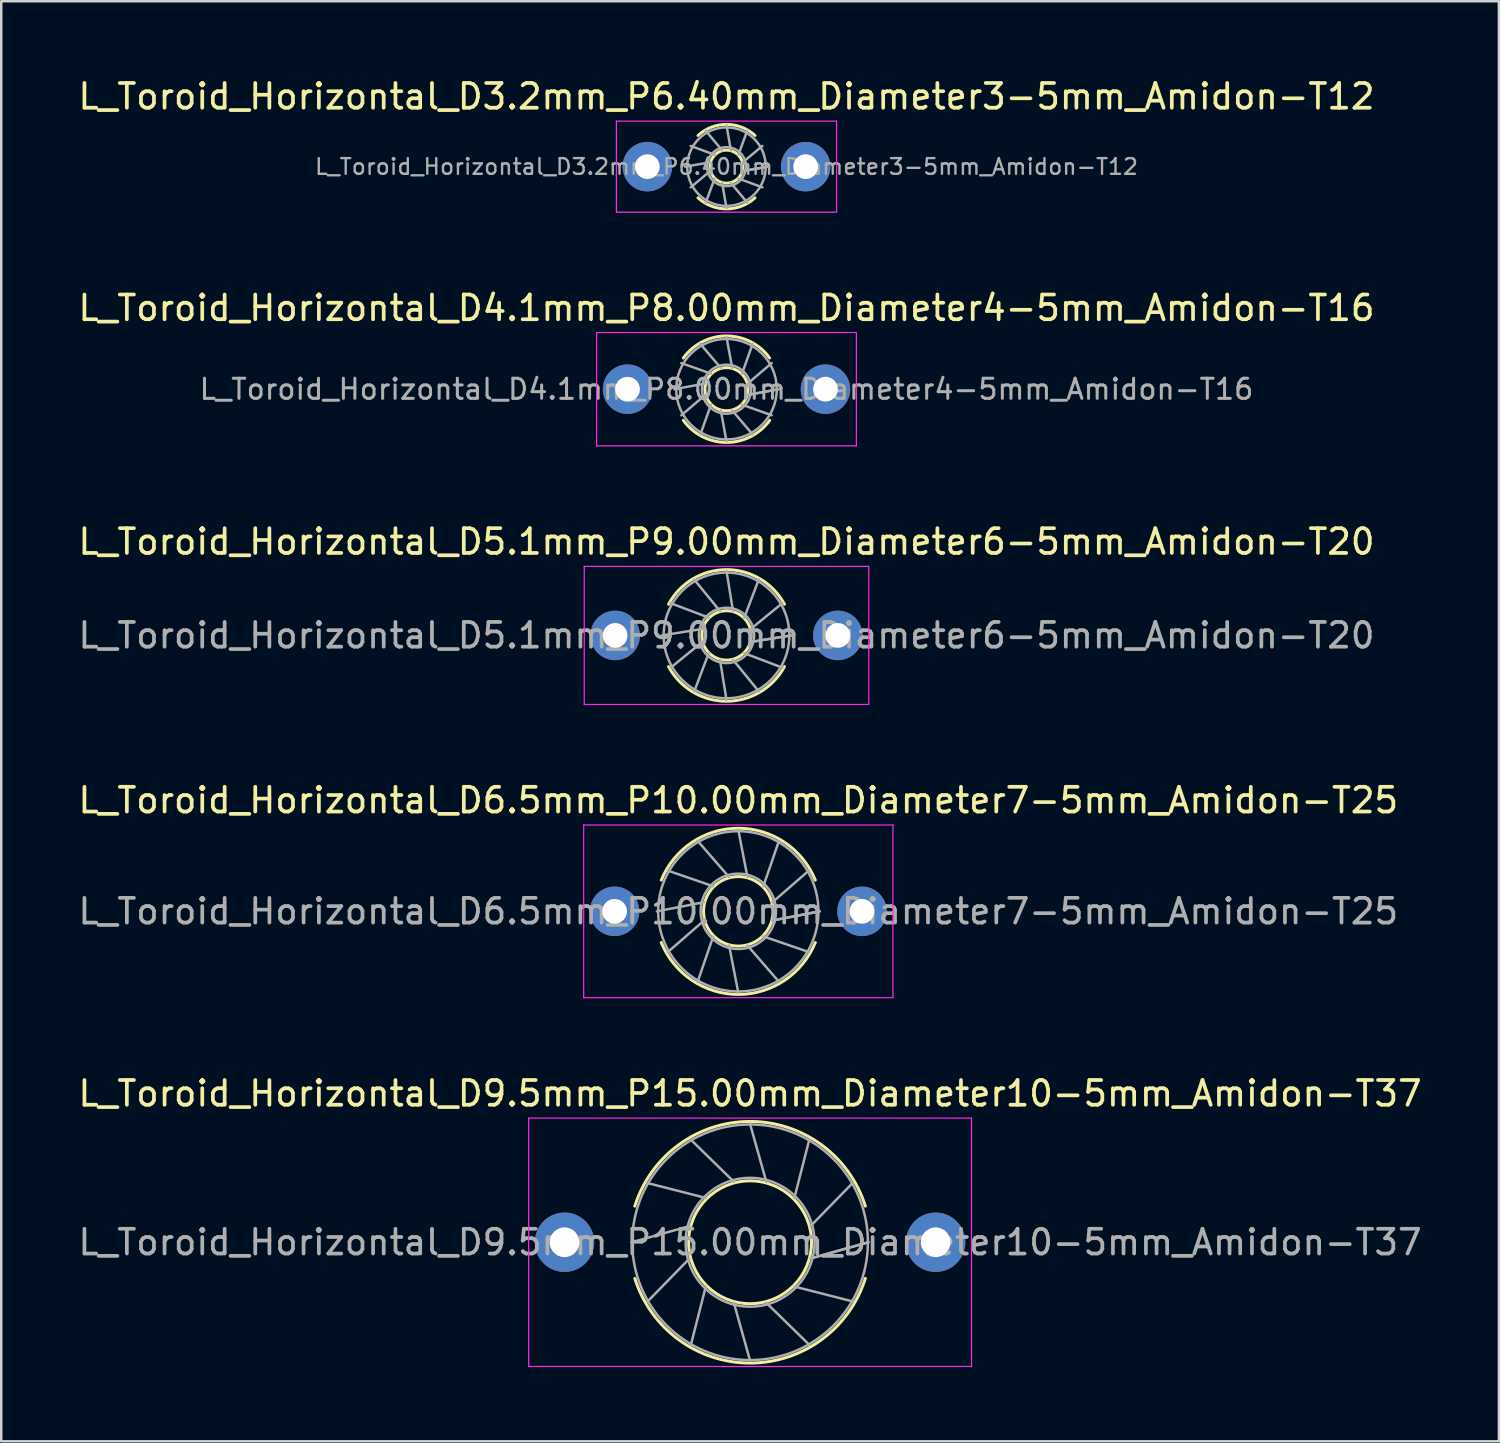
<source format=kicad_pcb>
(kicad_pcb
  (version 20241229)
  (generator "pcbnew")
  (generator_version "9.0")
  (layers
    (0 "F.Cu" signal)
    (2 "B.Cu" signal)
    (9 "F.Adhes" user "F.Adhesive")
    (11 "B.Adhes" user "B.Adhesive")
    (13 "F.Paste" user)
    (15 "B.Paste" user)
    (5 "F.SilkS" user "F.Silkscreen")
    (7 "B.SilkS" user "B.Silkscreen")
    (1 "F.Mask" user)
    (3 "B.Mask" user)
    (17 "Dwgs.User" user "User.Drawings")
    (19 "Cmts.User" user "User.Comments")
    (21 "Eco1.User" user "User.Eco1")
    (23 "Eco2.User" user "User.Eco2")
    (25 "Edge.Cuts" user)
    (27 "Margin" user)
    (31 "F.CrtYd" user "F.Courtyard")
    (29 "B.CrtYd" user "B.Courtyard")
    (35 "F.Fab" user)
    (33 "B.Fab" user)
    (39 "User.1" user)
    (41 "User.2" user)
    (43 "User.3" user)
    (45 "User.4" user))
  (footprint "L_Toroid_Horizontal_D5.1mm_P9.00mm_Diameter6-5mm_Amidon-T20"
    (layer "F.Cu")
    (at 21.815 22.634)
    (property "Reference" "L_Toroid_Horizontal_D5.1mm_P9.00mm_Diameter6-5mm_Amidon-T20" (at 4.5 -3.79 0) (layer "F.SilkS") (effects (font (size 1 1) (thickness 0.15))))
    (attr through_hole)
    (fp_arc (start 2.157352 -1.26) (mid 4.5 -2.66) (end 6.842648 -1.26) (stroke (width 0.12) (type solid)) (layer "F.SilkS"))
    (fp_arc (start 6.842648 1.26) (mid 4.5 2.66) (end 2.157352 1.26) (stroke (width 0.12) (type solid)) (layer "F.SilkS"))
    (fp_circle (center 4.5 0) (end 5.498 0) (stroke (width 0.12) (type solid)) (fill no) (layer "F.SilkS"))
    (fp_line (start -1.25 -2.79) (end -1.25 2.79) (stroke (width 0.05) (type solid)) (layer "F.CrtYd"))
    (fp_line (start -1.25 2.79) (end 10.25 2.79) (stroke (width 0.05) (type solid)) (layer "F.CrtYd"))
    (fp_line (start 10.25 -2.79) (end -1.25 -2.79) (stroke (width 0.05) (type solid)) (layer "F.CrtYd"))
    (fp_line (start 10.25 2.79) (end 10.25 -2.79) (stroke (width 0.05) (type solid)) (layer "F.CrtYd"))
    (fp_line (start 1.893 0.000242) (end 3.517 -0.263) (stroke (width 0.1) (type solid)) (layer "F.Fab"))
    (fp_line (start 2.242 -1.303) (end 3.78 -0.719) (stroke (width 0.1) (type solid)) (layer "F.Fab"))
    (fp_line (start 2.243 1.304) (end 3.517 0.263) (stroke (width 0.1) (type solid)) (layer "F.Fab"))
    (fp_line (start 3.196 -2.257) (end 4.237 -0.983) (stroke (width 0.1) (type solid)) (layer "F.Fab"))
    (fp_line (start 3.197 2.258) (end 3.781 0.72) (stroke (width 0.1) (type solid)) (layer "F.Fab"))
    (fp_line (start 4.5 -2.607) (end 4.763 -0.983) (stroke (width 0.1) (type solid)) (layer "F.Fab"))
    (fp_line (start 4.5 2.607) (end 4.237 0.983) (stroke (width 0.1) (type solid)) (layer "F.Fab"))
    (fp_line (start 5.803 -2.258) (end 5.219 -0.72) (stroke (width 0.1) (type solid)) (layer "F.Fab"))
    (fp_line (start 5.803 2.258) (end 4.763 0.983) (stroke (width 0.1) (type solid)) (layer "F.Fab"))
    (fp_line (start 6.757 -1.304) (end 5.483 -0.264) (stroke (width 0.1) (type solid)) (layer "F.Fab"))
    (fp_line (start 6.758 1.303) (end 5.22 0.72) (stroke (width 0.1) (type solid)) (layer "F.Fab"))
    (fp_line (start 7.107 -0.000483) (end 5.483 0.263) (stroke (width 0.1) (type solid)) (layer "F.Fab"))
    (fp_line (start 7.107 0) (end 5.483 0.263) (stroke (width 0.1) (type solid)) (layer "F.Fab"))
    (fp_circle (center 4.5 0) (end 5.618 0) (stroke (width 0.1) (type solid)) (fill no) (layer "F.Fab"))
    (fp_circle (center 4.5 0) (end 7.04 0) (stroke (width 0.1) (type solid)) (fill no) (layer "F.Fab"))
    (fp_text user "${REFERENCE}" (at 4.5 0 0) (layer "F.Fab") (effects (font (size 1 1) (thickness 0.15))))
    (pad "1" thru_hole circle (at 0 0) (size 2 2) (drill 1) (layers "*.Cu" "*.Mask"))
    (pad "2" thru_hole circle (at 9 0) (size 2 2) (drill 1) (layers "*.Cu" "*.Mask")))
  (footprint "L_Toroid_Horizontal_D9.5mm_P15.00mm_Diameter10-5mm_Amidon-T37"
    (layer "F.Cu")
    (at 19.768 47.162)
    (property "Reference" "L_Toroid_Horizontal_D9.5mm_P15.00mm_Diameter10-5mm_Amidon-T37" (at 7.5 -6.013 0) (layer "F.SilkS") (effects (font (size 1 1) (thickness 0.15))))
    (attr through_hole)
    (fp_arc (start 2.840901 -1.46) (mid 7.5 -4.8825) (end 12.159099 -1.46) (stroke (width 0.12) (type solid)) (layer "F.SilkS"))
    (fp_arc (start 12.159099 1.46) (mid 7.5 4.8825) (end 2.840901 1.46) (stroke (width 0.12) (type solid)) (layer "F.SilkS"))
    (fp_circle (center 7.5 0) (end 9.983 0) (stroke (width 0.12) (type solid)) (fill no) (layer "F.SilkS"))
    (fp_line (start -1.45 -5.02) (end -1.45 5.02) (stroke (width 0.05) (type solid)) (layer "F.CrtYd"))
    (fp_line (start -1.45 5.02) (end 16.45 5.02) (stroke (width 0.05) (type solid)) (layer "F.CrtYd"))
    (fp_line (start 16.45 -5.02) (end -1.45 -5.02) (stroke (width 0.05) (type solid)) (layer "F.CrtYd"))
    (fp_line (start 16.45 5.02) (end 16.45 -5.02) (stroke (width 0.05) (type solid)) (layer "F.CrtYd"))
    (fp_line (start 2.715 0.000443) (end 5.053 -0.655) (stroke (width 0.1) (type solid)) (layer "F.Fab"))
    (fp_line (start 3.356 -2.392) (end 5.709 -1.791) (stroke (width 0.1) (type solid)) (layer "F.Fab"))
    (fp_line (start 3.356 2.393) (end 5.053 0.656) (stroke (width 0.1) (type solid)) (layer "F.Fab"))
    (fp_line (start 5.107 -4.144) (end 6.844 -2.447) (stroke (width 0.1) (type solid)) (layer "F.Fab"))
    (fp_line (start 5.108 4.144) (end 5.709 1.791) (stroke (width 0.1) (type solid)) (layer "F.Fab"))
    (fp_line (start 7.499 -4.785) (end 8.155 -2.447) (stroke (width 0.1) (type solid)) (layer "F.Fab"))
    (fp_line (start 7.5 4.785) (end 6.845 2.447) (stroke (width 0.1) (type solid)) (layer "F.Fab"))
    (fp_line (start 9.892 -4.144) (end 9.291 -1.792) (stroke (width 0.1) (type solid)) (layer "F.Fab"))
    (fp_line (start 9.893 4.144) (end 8.156 2.447) (stroke (width 0.1) (type solid)) (layer "F.Fab"))
    (fp_line (start 11.643 -2.393) (end 9.947 -0.656) (stroke (width 0.1) (type solid)) (layer "F.Fab"))
    (fp_line (start 11.644 2.392) (end 9.291 1.791) (stroke (width 0.1) (type solid)) (layer "F.Fab"))
    (fp_line (start 12.285 -0.001) (end 9.947 0.655) (stroke (width 0.1) (type solid)) (layer "F.Fab"))
    (fp_line (start 12.285 0) (end 9.947 0.656) (stroke (width 0.1) (type solid)) (layer "F.Fab"))
    (fp_circle (center 7.5 0) (end 10.104 0) (stroke (width 0.1) (type solid)) (fill no) (layer "F.Fab"))
    (fp_circle (center 7.5 0) (end 12.262 0) (stroke (width 0.1) (type solid)) (fill no) (layer "F.Fab"))
    (fp_text user "${REFERENCE}" (at 7.5 0 0) (layer "F.Fab") (effects (font (size 1 1) (thickness 0.15))))
    (pad "1" thru_hole circle (at 0 0) (size 2.4 2.4) (drill 1.2) (layers "*.Cu" "*.Mask"))
    (pad "2" thru_hole circle (at 15 0) (size 2.4 2.4) (drill 1.2) (layers "*.Cu" "*.Mask")))
  (footprint "L_Toroid_Horizontal_D4.1mm_P8.00mm_Diameter4-5mm_Amidon-T16"
    (layer "F.Cu")
    (at 22.315 12.681)
    (property "Reference" "L_Toroid_Horizontal_D4.1mm_P8.00mm_Diameter4-5mm_Amidon-T16" (at 4 -3.282 0) (layer "F.SilkS") (effects (font (size 1 1) (thickness 0.15))))
    (attr through_hole)
    (fp_arc (start 2.255436 -1.26) (mid 4 -2.152) (end 5.744564 -1.26) (stroke (width 0.12) (type solid)) (layer "F.SilkS"))
    (fp_arc (start 5.744564 1.26) (mid 4 2.152) (end 2.255436 1.26) (stroke (width 0.12) (type solid)) (layer "F.SilkS"))
    (fp_circle (center 4 0) (end 4.871 0) (stroke (width 0.12) (type solid)) (fill no) (layer "F.SilkS"))
    (fp_line (start -1.25 -2.29) (end -1.25 2.29) (stroke (width 0.05) (type solid)) (layer "F.CrtYd"))
    (fp_line (start -1.25 2.29) (end 9.25 2.29) (stroke (width 0.05) (type solid)) (layer "F.CrtYd"))
    (fp_line (start 9.25 -2.29) (end -1.25 -2.29) (stroke (width 0.05) (type solid)) (layer "F.CrtYd"))
    (fp_line (start 9.25 2.29) (end 9.25 -2.29) (stroke (width 0.05) (type solid)) (layer "F.CrtYd"))
    (fp_line (start 1.891 0.000195) (end 3.142 -0.23) (stroke (width 0.1) (type solid)) (layer "F.Fab"))
    (fp_line (start 2.173 -1.054) (end 3.372 -0.628) (stroke (width 0.1) (type solid)) (layer "F.Fab"))
    (fp_line (start 2.174 1.055) (end 3.142 0.23) (stroke (width 0.1) (type solid)) (layer "F.Fab"))
    (fp_line (start 2.945 -1.826) (end 3.77 -0.858) (stroke (width 0.1) (type solid)) (layer "F.Fab"))
    (fp_line (start 2.946 1.826) (end 3.372 0.628) (stroke (width 0.1) (type solid)) (layer "F.Fab"))
    (fp_line (start 4 -2.109) (end 4.23 -0.858) (stroke (width 0.1) (type solid)) (layer "F.Fab"))
    (fp_line (start 4 2.109) (end 3.77 0.858) (stroke (width 0.1) (type solid)) (layer "F.Fab"))
    (fp_line (start 5.054 -1.827) (end 4.628 -0.628) (stroke (width 0.1) (type solid)) (layer "F.Fab"))
    (fp_line (start 5.055 1.826) (end 4.23 0.858) (stroke (width 0.1) (type solid)) (layer "F.Fab"))
    (fp_line (start 5.826 -1.055) (end 4.858 -0.23) (stroke (width 0.1) (type solid)) (layer "F.Fab"))
    (fp_line (start 5.826 1.054) (end 4.628 0.628) (stroke (width 0.1) (type solid)) (layer "F.Fab"))
    (fp_line (start 6.109 -0.000391) (end 4.858 0.23) (stroke (width 0.1) (type solid)) (layer "F.Fab"))
    (fp_line (start 6.109 0) (end 4.858 0.23) (stroke (width 0.1) (type solid)) (layer "F.Fab"))
    (fp_circle (center 4 0) (end 4.991 0) (stroke (width 0.1) (type solid)) (fill no) (layer "F.Fab"))
    (fp_circle (center 4 0) (end 6.032 0) (stroke (width 0.1) (type solid)) (fill no) (layer "F.Fab"))
    (fp_text user "${REFERENCE}" (at 4 0 0) (layer "F.Fab") (effects (font (size 0.813 0.813) (thickness 0.122))))
    (pad "1" thru_hole circle (at 0 0) (size 2 2) (drill 1) (layers "*.Cu" "*.Mask"))
    (pad "2" thru_hole circle (at 8 0) (size 2 2) (drill 1) (layers "*.Cu" "*.Mask")))
  (footprint "L_Toroid_Horizontal_D6.5mm_P10.00mm_Diameter7-5mm_Amidon-T25"
    (layer "F.Cu")
    (at 21.792 33.786)
    (property "Reference" "L_Toroid_Horizontal_D6.5mm_P10.00mm_Diameter7-5mm_Amidon-T25" (at 5 -4.489 0) (layer "F.SilkS") (effects (font (size 1 1) (thickness 0.15))))
    (attr through_hole)
    (fp_arc (start 1.886815 -1.26) (mid 5 -3.3585) (end 8.113185 -1.26) (stroke (width 0.12) (type solid)) (layer "F.SilkS"))
    (fp_arc (start 8.113185 1.26) (mid 5 3.3585) (end 1.886815 1.26) (stroke (width 0.12) (type solid)) (layer "F.SilkS"))
    (fp_circle (center 5 0) (end 6.404 0) (stroke (width 0.12) (type solid)) (fill no) (layer "F.SilkS"))
    (fp_line (start -1.25 -3.49) (end -1.25 3.49) (stroke (width 0.05) (type solid)) (layer "F.CrtYd"))
    (fp_line (start -1.25 3.49) (end 11.25 3.49) (stroke (width 0.05) (type solid)) (layer "F.CrtYd"))
    (fp_line (start 11.25 -3.49) (end -1.25 -3.49) (stroke (width 0.05) (type solid)) (layer "F.CrtYd"))
    (fp_line (start 11.25 3.49) (end 11.25 -3.49) (stroke (width 0.05) (type solid)) (layer "F.CrtYd"))
    (fp_line (start 1.709 0.000305) (end 3.617 -0.371) (stroke (width 0.1) (type solid)) (layer "F.Fab"))
    (fp_line (start 2.149 -1.645) (end 3.987 -1.013) (stroke (width 0.1) (type solid)) (layer "F.Fab"))
    (fp_line (start 2.15 1.646) (end 3.617 0.371) (stroke (width 0.1) (type solid)) (layer "F.Fab"))
    (fp_line (start 3.354 -2.85) (end 4.629 -1.383) (stroke (width 0.1) (type solid)) (layer "F.Fab"))
    (fp_line (start 3.355 2.85) (end 3.987 1.013) (stroke (width 0.1) (type solid)) (layer "F.Fab"))
    (fp_line (start 5 -3.291) (end 5.37 -1.383) (stroke (width 0.1) (type solid)) (layer "F.Fab"))
    (fp_line (start 5 3.291) (end 4.629 1.383) (stroke (width 0.1) (type solid)) (layer "F.Fab"))
    (fp_line (start 6.645 -2.851) (end 6.012 -1.013) (stroke (width 0.1) (type solid)) (layer "F.Fab"))
    (fp_line (start 6.646 2.85) (end 5.371 1.383) (stroke (width 0.1) (type solid)) (layer "F.Fab"))
    (fp_line (start 7.85 -1.646) (end 6.383 -0.371) (stroke (width 0.1) (type solid)) (layer "F.Fab"))
    (fp_line (start 7.85 1.646) (end 6.013 1.013) (stroke (width 0.1) (type solid)) (layer "F.Fab"))
    (fp_line (start 8.291 -0.001) (end 6.383 0.37) (stroke (width 0.1) (type solid)) (layer "F.Fab"))
    (fp_line (start 8.291 0) (end 6.383 0.371) (stroke (width 0.1) (type solid)) (layer "F.Fab"))
    (fp_circle (center 5 0) (end 6.524 0) (stroke (width 0.1) (type solid)) (fill no) (layer "F.Fab"))
    (fp_circle (center 5 0) (end 8.239 0) (stroke (width 0.1) (type solid)) (fill no) (layer "F.Fab"))
    (fp_text user "${REFERENCE}" (at 5 0 0) (layer "F.Fab") (effects (font (size 1 1) (thickness 0.15))))
    (pad "1" thru_hole circle (at 0 0) (size 2 2) (drill 1) (layers "*.Cu" "*.Mask"))
    (pad "2" thru_hole circle (at 10 0) (size 2 2) (drill 1) (layers "*.Cu" "*.Mask")))
  (footprint "L_Toroid_Horizontal_D3.2mm_P6.40mm_Diameter3-5mm_Amidon-T12"
    (layer "F.Cu")
    (at 23.115 3.686)
    (property "Reference" "L_Toroid_Horizontal_D3.2mm_P6.40mm_Diameter3-5mm_Amidon-T12" (at 3.2 -2.837 0) (layer "F.SilkS") (effects (font (size 1 1) (thickness 0.15))))
    (attr through_hole)
    (fp_arc (start 2.04763 -1.26) (mid 3.2 -1.7075) (end 4.35237 -1.26) (stroke (width 0.12) (type solid)) (layer "F.SilkS"))
    (fp_arc (start 4.35237 1.26) (mid 3.2 1.7075) (end 2.04763 1.26) (stroke (width 0.12) (type solid)) (layer "F.SilkS"))
    (fp_circle (center 3.2 0) (end 3.867 0) (stroke (width 0.12) (type solid)) (fill no) (layer "F.SilkS"))
    (fp_line (start -1.25 -1.84) (end -1.25 1.84) (stroke (width 0.05) (type solid)) (layer "F.CrtYd"))
    (fp_line (start -1.25 1.84) (end 7.65 1.84) (stroke (width 0.05) (type solid)) (layer "F.CrtYd"))
    (fp_line (start 7.65 -1.84) (end -1.25 -1.84) (stroke (width 0.05) (type solid)) (layer "F.CrtYd"))
    (fp_line (start 7.65 1.84) (end 7.65 -1.84) (stroke (width 0.05) (type solid)) (layer "F.CrtYd"))
    (fp_line (start 1.527 0.000155) (end 2.542 -0.176) (stroke (width 0.1) (type solid)) (layer "F.Fab"))
    (fp_line (start 1.751 -0.837) (end 2.719 -0.481) (stroke (width 0.1) (type solid)) (layer "F.Fab"))
    (fp_line (start 1.751 0.837) (end 2.542 0.176) (stroke (width 0.1) (type solid)) (layer "F.Fab"))
    (fp_line (start 2.363 -1.449) (end 3.024 -0.658) (stroke (width 0.1) (type solid)) (layer "F.Fab"))
    (fp_line (start 2.363 1.449) (end 2.719 0.481) (stroke (width 0.1) (type solid)) (layer "F.Fab"))
    (fp_line (start 3.2 -1.673) (end 3.376 -0.658) (stroke (width 0.1) (type solid)) (layer "F.Fab"))
    (fp_line (start 3.2 1.673) (end 3.024 0.658) (stroke (width 0.1) (type solid)) (layer "F.Fab"))
    (fp_line (start 4.036 -1.449) (end 3.681 -0.481) (stroke (width 0.1) (type solid)) (layer "F.Fab"))
    (fp_line (start 4.037 1.449) (end 3.376 0.658) (stroke (width 0.1) (type solid)) (layer "F.Fab"))
    (fp_line (start 4.649 -0.837) (end 3.858 -0.176) (stroke (width 0.1) (type solid)) (layer "F.Fab"))
    (fp_line (start 4.649 0.837) (end 3.681 0.481) (stroke (width 0.1) (type solid)) (layer "F.Fab"))
    (fp_line (start 4.873 -0.00031) (end 3.858 0.176) (stroke (width 0.1) (type solid)) (layer "F.Fab"))
    (fp_line (start 4.873 0) (end 3.858 0.176) (stroke (width 0.1) (type solid)) (layer "F.Fab"))
    (fp_circle (center 3.2 0) (end 3.987 0) (stroke (width 0.1) (type solid)) (fill no) (layer "F.Fab"))
    (fp_circle (center 3.2 0) (end 4.787 0) (stroke (width 0.1) (type solid)) (fill no) (layer "F.Fab"))
    (fp_text user "${REFERENCE}" (at 3.2 0 0) (layer "F.Fab") (effects (font (size 0.635 0.635) (thickness 0.095))))
    (pad "1" thru_hole circle (at 0 0) (size 2 2) (drill 1) (layers "*.Cu" "*.Mask"))
    (pad "2" thru_hole circle (at 6.4 0) (size 2 2) (drill 1) (layers "*.Cu" "*.Mask")))
  (gr_rect
    (start -3 -3)
    (end 57.536 55.207)
    (stroke (width 0.1) (type default))
    (fill no)
    (layer "Edge.Cuts")))
</source>
